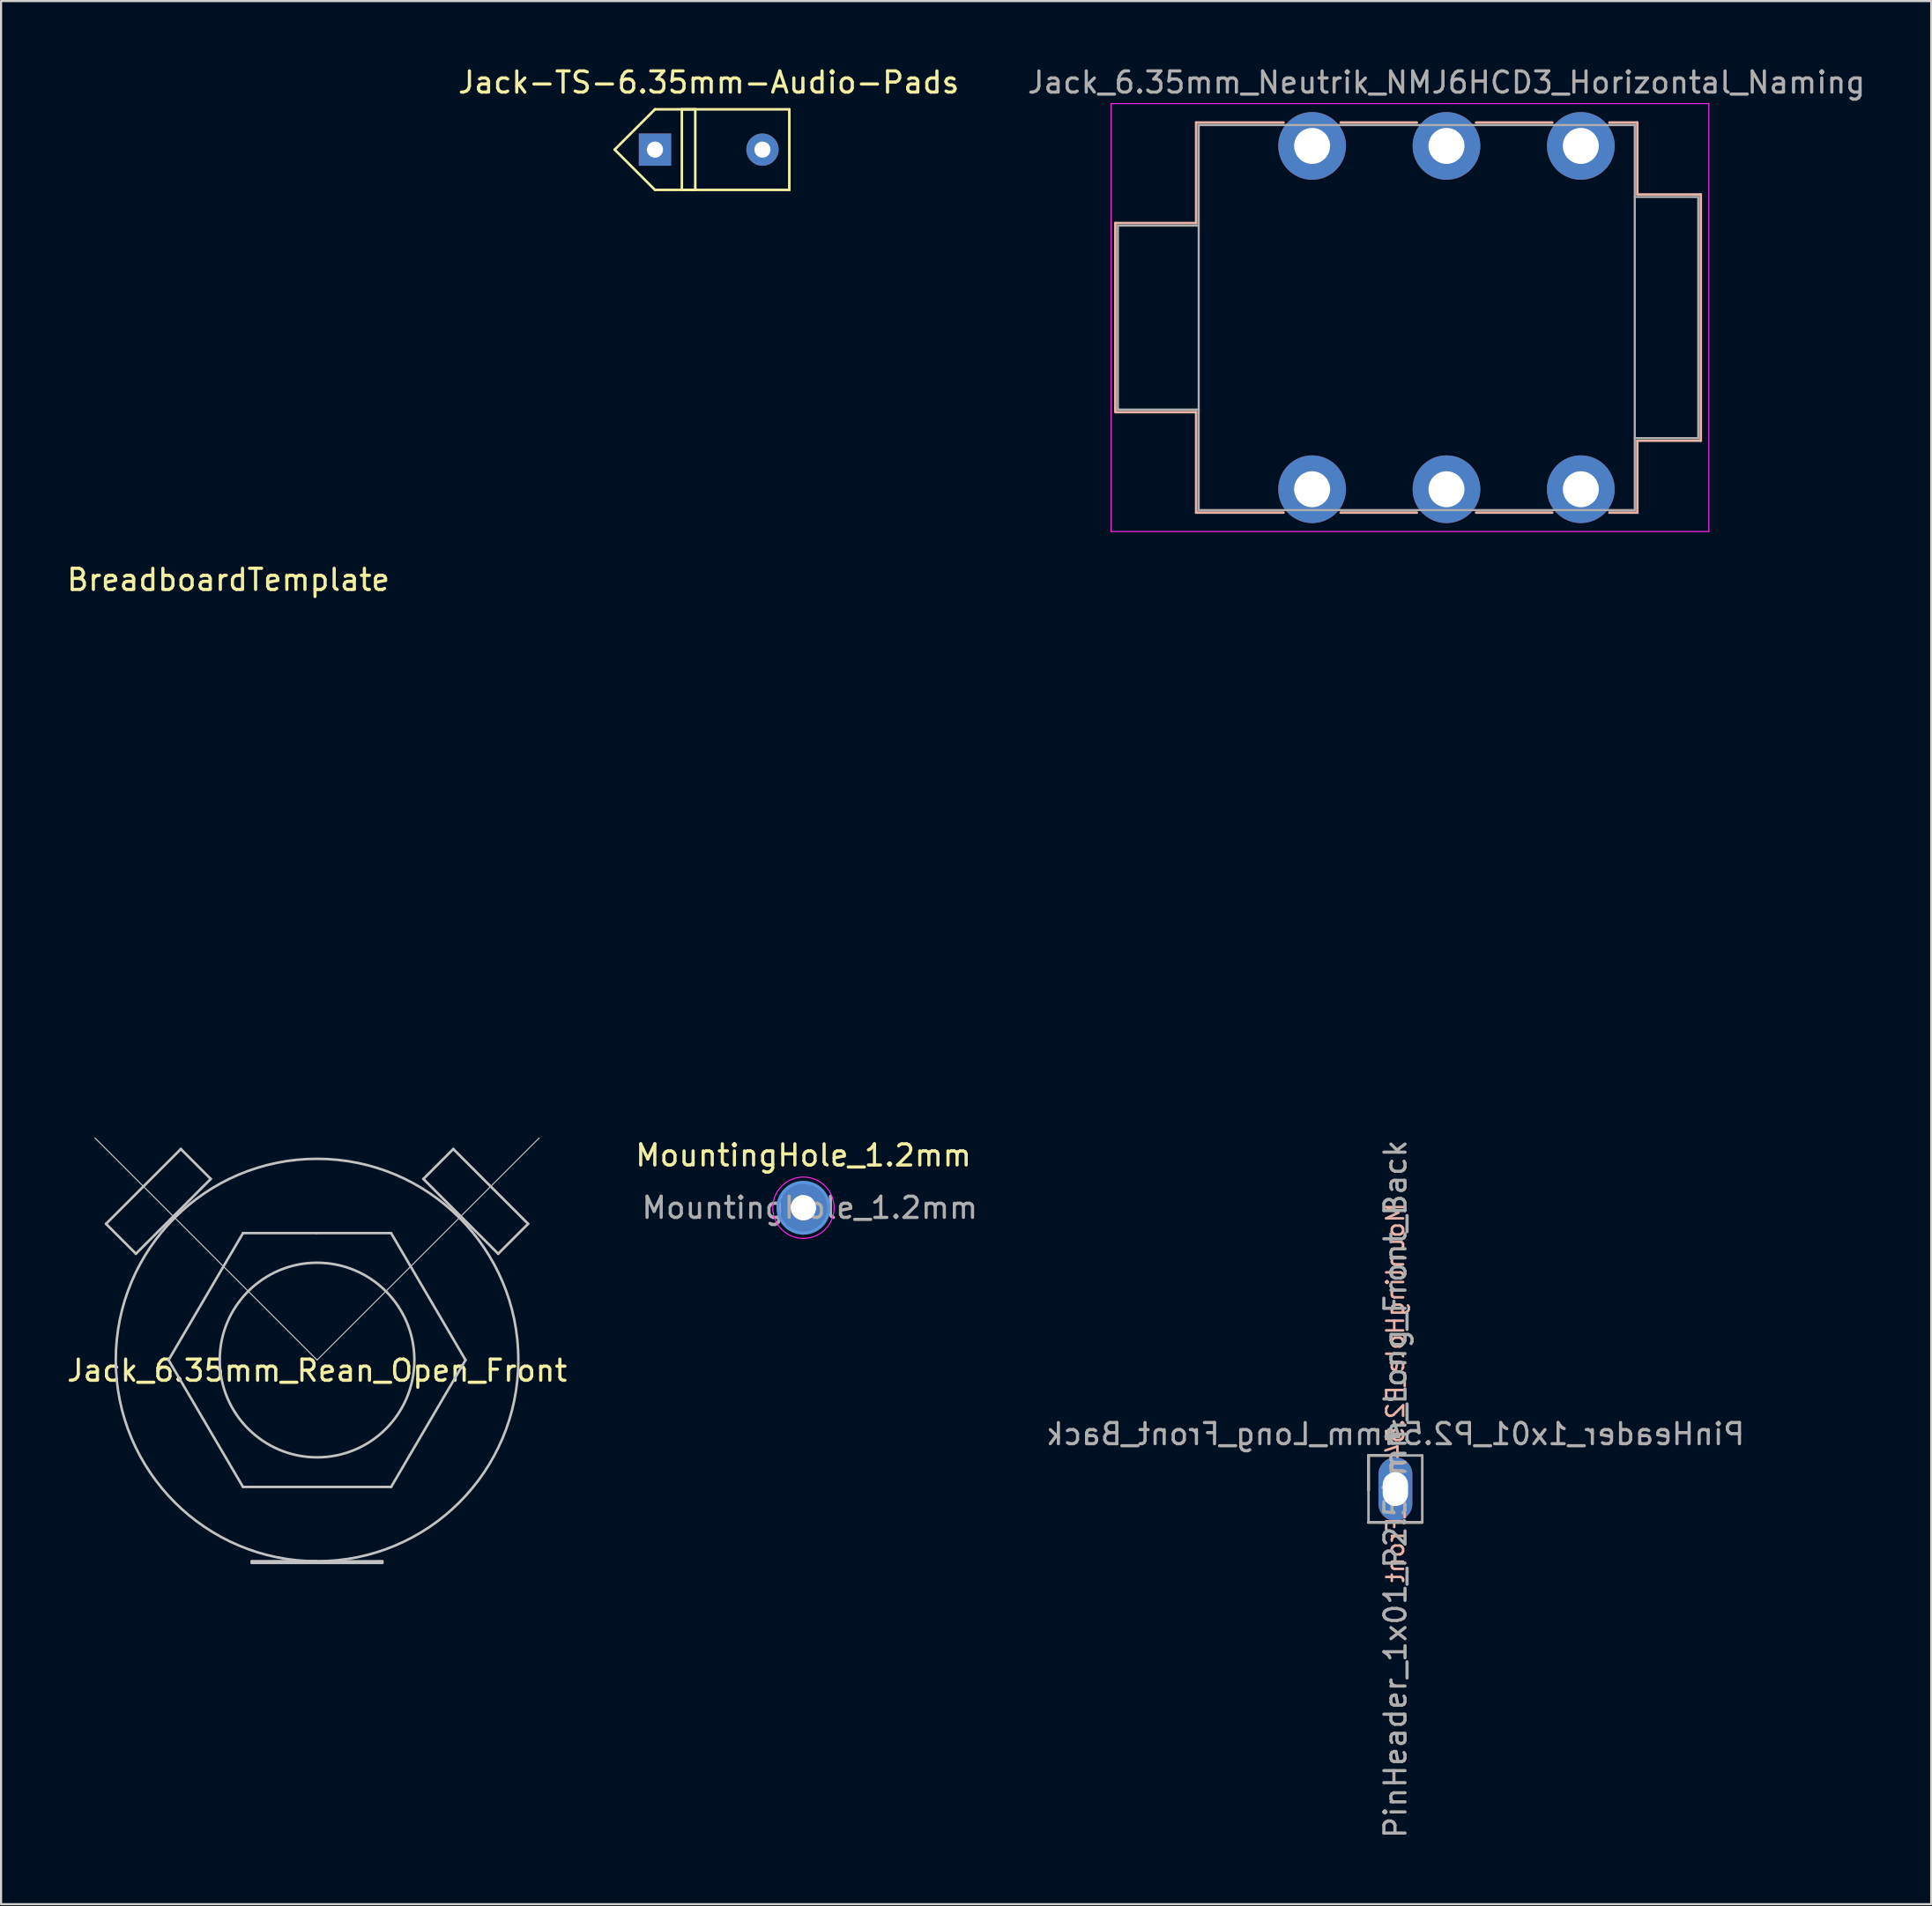
<source format=kicad_pcb>
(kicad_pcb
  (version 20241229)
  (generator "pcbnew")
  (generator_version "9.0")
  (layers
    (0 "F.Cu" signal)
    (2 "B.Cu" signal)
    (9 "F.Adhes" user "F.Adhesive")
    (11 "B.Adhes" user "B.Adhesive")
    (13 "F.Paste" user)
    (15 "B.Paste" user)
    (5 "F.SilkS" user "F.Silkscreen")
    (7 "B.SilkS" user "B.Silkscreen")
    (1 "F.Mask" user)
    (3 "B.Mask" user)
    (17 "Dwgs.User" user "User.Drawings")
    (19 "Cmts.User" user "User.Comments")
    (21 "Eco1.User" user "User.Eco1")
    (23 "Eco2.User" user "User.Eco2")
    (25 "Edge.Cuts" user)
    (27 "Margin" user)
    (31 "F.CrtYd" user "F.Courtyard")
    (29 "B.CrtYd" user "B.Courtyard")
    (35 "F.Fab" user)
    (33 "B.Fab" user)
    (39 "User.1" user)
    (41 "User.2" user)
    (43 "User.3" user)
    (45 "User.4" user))
  (footprint "BreadboardTemplate"
    (layer "F.Cu")
    (at 7.744 23.86)
    (property "Reference" "BreadboardTemplate" (at 0 0.5 0) (layer "F.SilkS") (effects (font (size 1 1) (thickness 0.15))))
    (attr through_hole)
    (fp_line (start -5.08 -21.3) (end 0 -21.3) (stroke (width 0.12) (type solid)) (layer "Eco1.User"))
    (fp_line (start 0 -23.8) (end -5 -23.8) (stroke (width 0.12) (type solid)) (layer "Eco1.User"))
    (fp_line (start 0 -23.8) (end 5 -23.8) (stroke (width 0.12) (type solid)) (layer "Eco1.User"))
    (fp_line (start 0 -21.3) (end 5.08 -21.3) (stroke (width 0.12) (type solid)) (layer "Eco1.User"))
    (fp_line (start 0 21.26) (end -5.08 21.26) (stroke (width 0.12) (type solid)) (layer "Eco1.User"))
    (fp_line (start 0 21.26) (end 5.08 21.26) (stroke (width 0.12) (type solid)) (layer "Eco1.User"))
    (fp_line (start 0 23.8) (end -5 23.8) (stroke (width 0.12) (type solid)) (layer "Eco1.User"))
    (fp_line (start 0 23.8) (end 0 -23.8) (stroke (width 0.12) (type solid)) (layer "Eco1.User"))
    (fp_line (start 0 23.8) (end 5 23.8) (stroke (width 0.12) (type solid)) (layer "Eco1.User")))
  (footprint "Jack_6.35mm_Neutrik_NMJ6HCD3_Horizontal_Naming"
    (layer "F.Cu")
    (at 58.965 3.848)
    (property "Reference" "Jack_6.35mm_Neutrik_NMJ6HCD3_Horizontal_Naming" (at 6.35 -3 0) (layer "F.Fab") (effects (font (size 1 1) (thickness 0.15))))
    (attr through_hole)
    (fp_line (start -9.3 3.645) (end -5.48 3.645) (stroke (width 0.12) (type solid)) (layer "B.SilkS"))
    (fp_line (start -9.3 12.545) (end -9.3 3.645) (stroke (width 0.12) (type solid)) (layer "B.SilkS"))
    (fp_line (start -9.3 12.585) (end -5.48 12.585) (stroke (width 0.12) (type solid)) (layer "B.SilkS"))
    (fp_line (start -5.48 -1.105) (end -1.35 -1.105) (stroke (width 0.12) (type solid)) (layer "B.SilkS"))
    (fp_line (start -5.48 3.645) (end -5.48 -1.105) (stroke (width 0.12) (type solid)) (layer "B.SilkS"))
    (fp_line (start -5.48 17.335) (end -5.48 12.585) (stroke (width 0.12) (type solid)) (layer "B.SilkS"))
    (fp_line (start -1.35 17.335) (end -5.48 17.335) (stroke (width 0.12) (type solid)) (layer "B.SilkS"))
    (fp_line (start 1.35 -1.105) (end 4.95 -1.105) (stroke (width 0.12) (type solid)) (layer "B.SilkS"))
    (fp_line (start 4.95 17.335) (end 1.35 17.335) (stroke (width 0.12) (type solid)) (layer "B.SilkS"))
    (fp_line (start 7.75 -1.105) (end 11.35 -1.105) (stroke (width 0.12) (type solid)) (layer "B.SilkS"))
    (fp_line (start 11.35 17.335) (end 7.75 17.335) (stroke (width 0.12) (type solid)) (layer "B.SilkS"))
    (fp_line (start 15.37 -1.105) (end 14.05 -1.105) (stroke (width 0.12) (type solid)) (layer "B.SilkS"))
    (fp_line (start 15.37 2.295) (end 15.37 -1.105) (stroke (width 0.12) (type solid)) (layer "B.SilkS"))
    (fp_line (start 15.37 2.295) (end 18.37 2.295) (stroke (width 0.12) (type solid)) (layer "B.SilkS"))
    (fp_line (start 15.37 13.935) (end 18.37 13.935) (stroke (width 0.12) (type solid)) (layer "B.SilkS"))
    (fp_line (start 15.37 17.335) (end 14.05 17.335) (stroke (width 0.12) (type solid)) (layer "B.SilkS"))
    (fp_line (start 15.37 17.335) (end 15.37 13.935) (stroke (width 0.12) (type solid)) (layer "B.SilkS"))
    (fp_line (start 18.37 13.935) (end 18.37 2.295) (stroke (width 0.12) (type solid)) (layer "B.SilkS"))
    (fp_line (start -9.5 18.23) (end -9.5 -2) (stroke (width 0.05) (type solid)) (layer "F.CrtYd"))
    (fp_line (start -9.5 18.23) (end 18.75 18.23) (stroke (width 0.05) (type solid)) (layer "F.CrtYd"))
    (fp_line (start 18.75 -2) (end -9.5 -2) (stroke (width 0.05) (type solid)) (layer "F.CrtYd"))
    (fp_line (start 18.75 18.23) (end 18.75 -2) (stroke (width 0.05) (type solid)) (layer "F.CrtYd"))
    (fp_line (start -9.18 3.765) (end -5.36 3.765) (stroke (width 0.1) (type solid)) (layer "F.Fab"))
    (fp_line (start -9.18 12.465) (end -9.18 3.765) (stroke (width 0.1) (type solid)) (layer "F.Fab"))
    (fp_line (start -9.18 12.465) (end -5.36 12.465) (stroke (width 0.1) (type solid)) (layer "F.Fab"))
    (fp_line (start -5.36 17.215) (end -5.36 -0.985) (stroke (width 0.1) (type solid)) (layer "F.Fab"))
    (fp_line (start 15.25 -0.985) (end -5.36 -0.985) (stroke (width 0.1) (type solid)) (layer "F.Fab"))
    (fp_line (start 15.25 17.215) (end -5.36 17.215) (stroke (width 0.1) (type solid)) (layer "F.Fab"))
    (fp_line (start 15.25 17.215) (end 15.25 -0.985) (stroke (width 0.1) (type solid)) (layer "F.Fab"))
    (fp_line (start 18.25 2.415) (end 15.25 2.415) (stroke (width 0.1) (type solid)) (layer "F.Fab"))
    (fp_line (start 18.25 13.815) (end 15.25 13.815) (stroke (width 0.1) (type solid)) (layer "F.Fab"))
    (fp_line (start 18.25 13.815) (end 18.25 2.415) (stroke (width 0.1) (type solid)) (layer "F.Fab"))
    (pad "R1" thru_hole circle (at 6.35 0) (size 3.2 3.2) (drill 1.7) (layers "*.Cu" "*.Mask"))
    (pad "RN1" thru_hole circle (at 6.35 16.23) (size 3.2 3.2) (drill 1.7) (layers "*.Cu" "*.Mask"))
    (pad "S1" thru_hole circle (at 12.7 0) (size 3.2 3.2) (drill 1.7) (layers "*.Cu" "*.Mask"))
    (pad "SN1" thru_hole circle (at 12.7 16.23) (size 3.2 3.2) (drill 1.7) (layers "*.Cu" "*.Mask"))
    (pad "T1" thru_hole circle (at 0 0) (size 3.2 3.2) (drill 1.7) (layers "*.Cu" "*.Mask"))
    (pad "TN1" thru_hole circle (at 0 16.23) (size 3.2 3.2) (drill 1.7) (layers "*.Cu" "*.Mask")))
  (footprint "Jack-TS-6.35mm-Audio-Pads"
    (layer "F.Cu")
    (at 30.446 4.023)
    (property "Reference" "Jack-TS-6.35mm-Audio-Pads" (at 0 -3.175 0) (layer "F.SilkS") (effects (font (size 1 1) (thickness 0.15))))
    (attr through_hole)
    (fp_line (start -4.445 0) (end -2.54 -1.905) (stroke (width 0.12) (type solid)) (layer "F.SilkS"))
    (fp_line (start -2.54 -1.905) (end 3.81 -1.905) (stroke (width 0.12) (type solid)) (layer "F.SilkS"))
    (fp_line (start -2.54 1.905) (end -4.445 0) (stroke (width 0.12) (type solid)) (layer "F.SilkS"))
    (fp_line (start -1.27 -1.905) (end -1.27 1.905) (stroke (width 0.12) (type solid)) (layer "F.SilkS"))
    (fp_line (start -1.27 1.905) (end -0.635 1.905) (stroke (width 0.12) (type solid)) (layer "F.SilkS"))
    (fp_line (start -0.635 -1.905) (end -1.27 -1.905) (stroke (width 0.12) (type solid)) (layer "F.SilkS"))
    (fp_line (start -0.635 1.905) (end -0.635 -1.905) (stroke (width 0.12) (type solid)) (layer "F.SilkS"))
    (fp_line (start 3.81 -1.905) (end 3.81 1.905) (stroke (width 0.12) (type solid)) (layer "F.SilkS"))
    (fp_line (start 3.81 1.905) (end -2.54 1.905) (stroke (width 0.12) (type solid)) (layer "F.SilkS"))
    (pad "S" thru_hole circle (at 2.54 0) (size 1.524 1.524) (drill 0.762) (layers "*.Cu" "*.Mask"))
    (pad "T" thru_hole rect (at -2.54 0) (size 1.524 1.524) (drill 0.762) (layers "*.Cu" "*.Mask")))
  (footprint "PinHeader_1x01_P2.54mm_Long_Front_Back"
    (layer "F.Cu")
    (at 62.901 67.345)
    (property "Reference" "PinHeader_1x01_P2.54mm_Long_Front_Back" (at 0 -2.6 0) (layer "F.Fab") (effects (font (size 1 1) (thickness 0.15)) (justify mirror)))
    (property "Value" "MountingHole_P2.54mm_Front" (at -0.1 4.7 90) (layer "F.SilkS") (hide yes) (effects (font (size 0.8 0.8) (thickness 0.12)) (justify left)))
    (attr through_hole)
    (fp_line (start -1.28 1.577) (end 1.26 1.58) (stroke (width 0.12) (type solid)) (layer "F.SilkS"))
    (fp_line (start -1.27 -1.59) (end 0.06 -1.59) (stroke (width 0.12) (type solid)) (layer "F.SilkS"))
    (fp_line (start -1.266 0.064) (end -1.27 -1.59) (stroke (width 0.12) (type solid)) (layer "F.SilkS"))
    (fp_line (start -1.28 1.58) (end 1.26 1.58) (stroke (width 0.12) (type solid)) (layer "B.SilkS"))
    (fp_line (start -1.27 0.064) (end -1.266 -1.59) (stroke (width 0.12) (type solid)) (layer "B.SilkS"))
    (fp_line (start -1.266 -1.59) (end 0.064 -1.59) (stroke (width 0.12) (type solid)) (layer "B.SilkS"))
    (fp_line (start -1.27 -1.59) (end 1.27 -1.59) (stroke (width 0.12) (type solid)) (layer "F.Fab"))
    (fp_line (start -1.27 0.01) (end -1.27 -1.59) (stroke (width 0.12) (type solid)) (layer "F.Fab"))
    (fp_line (start -1.27 1.57) (end -1.27 0.01) (stroke (width 0.12) (type solid)) (layer "F.Fab"))
    (fp_line (start 1.26 1.58) (end -1.28 1.58) (stroke (width 0.1) (type solid)) (layer "F.Fab"))
    (fp_line (start 1.27 -1.59) (end 1.27 1.57) (stroke (width 0.12) (type solid)) (layer "F.Fab"))
    (fp_line (start 1.27 1.57) (end -1.27 1.57) (stroke (width 0.12) (type solid)) (layer "F.Fab"))
    (fp_text user "${VALUE}" (at 0 4.5 90) (layer "B.SilkS") (effects (font (size 0.8 0.8) (thickness 0.12)) (justify right mirror)))
    (fp_text user "${REFERENCE}" (at 0 0 90) (layer "F.Fab") (effects (font (size 1 1) (thickness 0.15))))
    (pad "1" thru_hole oval (at 0 0) (size 1.6 3) (drill oval 1.2 1.6) (layers "*.Cu" "*.Mask")))
  (footprint "MountingHole_1.2mm"
    (layer "F.Cu")
    (at 34.923 54.045)
    (property "Reference" "MountingHole_1.2mm" (at 0 -2.477 0) (layer "F.SilkS") (effects (font (size 1 1) (thickness 0.15))))
    (attr exclude_from_pos_files exclude_from_bom)
    (fp_circle (center 0 0) (end 1.2 0) (stroke (width 0.15) (type solid)) (fill no) (layer "Cmts.User"))
    (fp_circle (center 0 0) (end 1.45 0) (stroke (width 0.05) (type solid)) (fill no) (layer "F.CrtYd"))
    (fp_text user "${REFERENCE}" (at 0.3 0 0) (layer "F.Fab") (effects (font (size 1 1) (thickness 0.15))))
    (pad "1" thru_hole circle (at 0 0) (size 2.4 2.4) (drill 1.2) (layers "*.Cu" "*.Mask")))
  (footprint "Jack_6.35mm_Rean_Open_Front"
    (layer "F.Cu")
    (at 11.935 61.245)
    (property "Reference" "Jack_6.35mm_Rean_Open_Front" (at 0 0.5 0) (layer "F.SilkS") (effects (font (size 1 1) (thickness 0.15))))
    (attr through_hole)
    (fp_line (start -9.975 -6.439) (end -8.561 -5.025) (stroke (width 0.12) (type solid)) (layer "Dwgs.User"))
    (fp_line (start -8.561 -5.025) (end -5.025 -8.561) (stroke (width 0.12) (type solid)) (layer "Dwgs.User"))
    (fp_line (start -7.018 0) (end -3.5 -6) (stroke (width 0.12) (type solid)) (layer "Dwgs.User"))
    (fp_line (start -6.439 -9.975) (end -9.975 -6.439) (stroke (width 0.12) (type solid)) (layer "Dwgs.User"))
    (fp_line (start -5.025 -8.561) (end -6.439 -9.975) (stroke (width 0.12) (type solid)) (layer "Dwgs.User"))
    (fp_line (start -3.5 -6) (end 0 -6) (stroke (width 0.12) (type solid)) (layer "Dwgs.User"))
    (fp_line (start -3.5 6) (end -7.018 0) (stroke (width 0.12) (type solid)) (layer "Dwgs.User"))
    (fp_line (start 0 -6) (end 3.5 -6) (stroke (width 0.12) (type solid)) (layer "Dwgs.User"))
    (fp_line (start 0 0) (end -10.5 -10.5) (stroke (width 0.05) (type solid)) (layer "Dwgs.User"))
    (fp_line (start 0 0) (end 10.5 -10.5) (stroke (width 0.05) (type solid)) (layer "Dwgs.User"))
    (fp_line (start 3.5 -6) (end 7.018 0) (stroke (width 0.12) (type solid)) (layer "Dwgs.User"))
    (fp_line (start 3.5 6) (end -3.5 6) (stroke (width 0.12) (type solid)) (layer "Dwgs.User"))
    (fp_line (start 5.025 -8.561) (end 8.561 -5.025) (stroke (width 0.12) (type solid)) (layer "Dwgs.User"))
    (fp_line (start 6.439 -9.975) (end 5.025 -8.561) (stroke (width 0.12) (type solid)) (layer "Dwgs.User"))
    (fp_line (start 7.018 0) (end 3.5 6) (stroke (width 0.12) (type solid)) (layer "Dwgs.User"))
    (fp_line (start 8.561 -5.025) (end 9.975 -6.439) (stroke (width 0.12) (type solid)) (layer "Dwgs.User"))
    (fp_line (start 9.975 -6.439) (end 6.439 -9.975) (stroke (width 0.12) (type solid)) (layer "Dwgs.User"))
    (fp_circle (center 0 0) (end 0 -4.6) (stroke (width 0.12) (type solid)) (fill no) (layer "Dwgs.User"))
    (fp_circle (center 0 0) (end 9.5 -0.5) (stroke (width 0.12) (type solid)) (fill no) (layer "Dwgs.User"))
    (fp_poly (pts (xy 0 9.513) (xy 3.1 9.5) (xy 3.1 9.6) (xy -3.1 9.6) (xy -3.1 9.5) (xy 0 9.5)) (stroke (width 0.1) (type solid)) (fill no) (layer "Dwgs.User")))
  (gr_rect
    (start -3 -3)
    (end 88.226 86.97)
    (stroke (width 0.1) (type default))
    (fill no)
    (layer "Edge.Cuts")))
</source>
